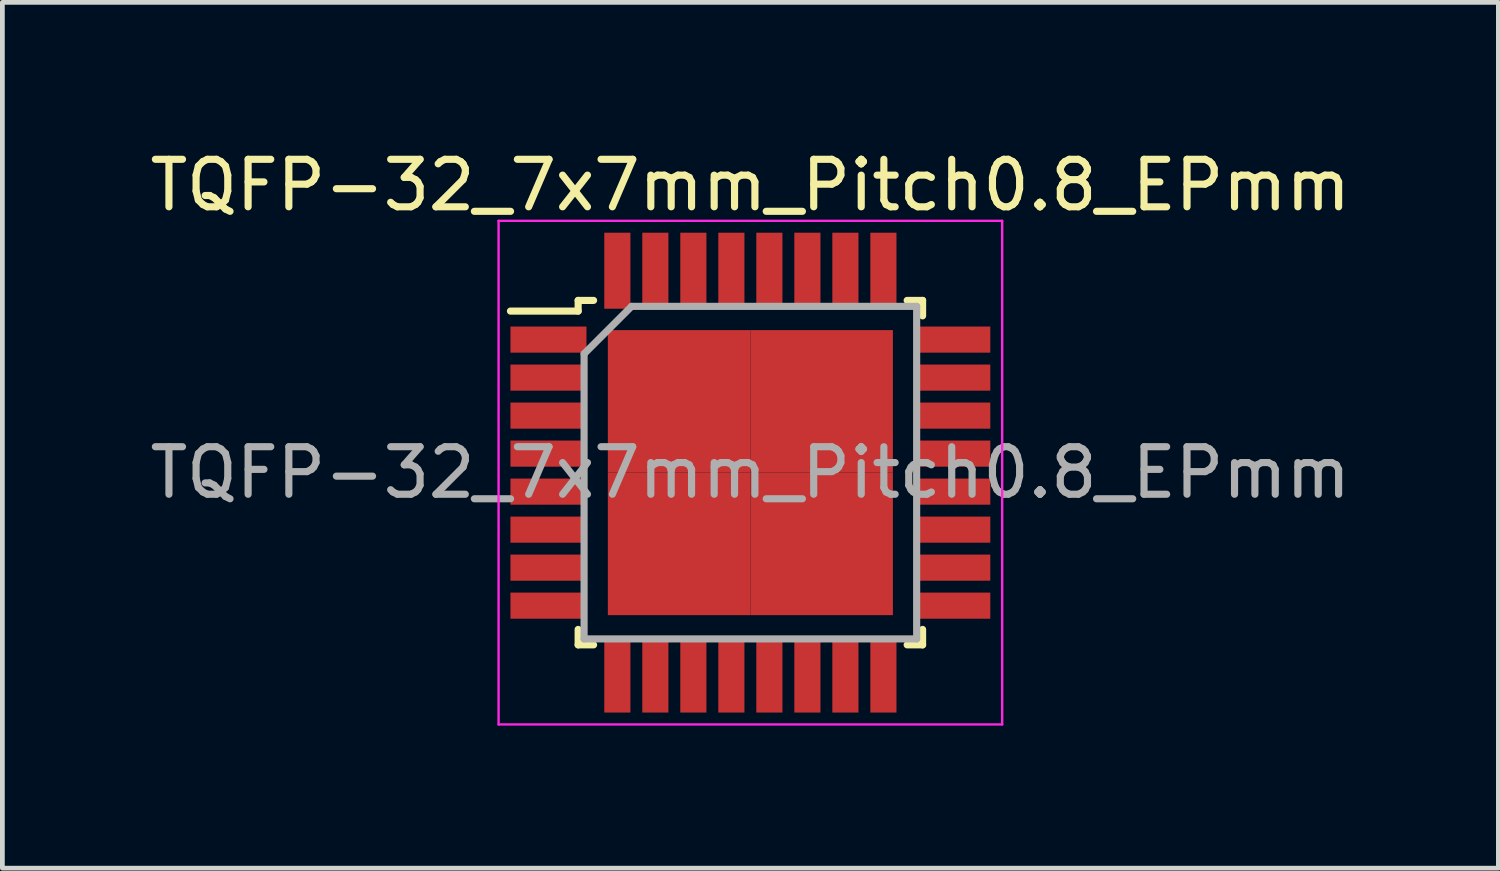
<source format=kicad_pcb>
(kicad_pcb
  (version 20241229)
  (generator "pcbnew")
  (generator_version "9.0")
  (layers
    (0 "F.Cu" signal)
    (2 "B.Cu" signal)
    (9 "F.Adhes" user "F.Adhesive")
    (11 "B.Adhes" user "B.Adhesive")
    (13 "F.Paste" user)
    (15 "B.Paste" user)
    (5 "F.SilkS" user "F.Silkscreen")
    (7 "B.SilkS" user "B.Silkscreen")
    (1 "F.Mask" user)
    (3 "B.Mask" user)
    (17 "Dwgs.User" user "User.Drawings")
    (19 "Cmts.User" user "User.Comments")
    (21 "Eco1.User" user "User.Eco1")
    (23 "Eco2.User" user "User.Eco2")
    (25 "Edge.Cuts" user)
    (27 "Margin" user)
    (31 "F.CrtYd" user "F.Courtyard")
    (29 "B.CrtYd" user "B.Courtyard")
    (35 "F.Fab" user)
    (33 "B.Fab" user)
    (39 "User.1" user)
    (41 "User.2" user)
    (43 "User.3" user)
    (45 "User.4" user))
  (footprint "TQFP-32_7x7mm_Pitch0.8_EPmm"
    (layer "F.Cu")
    (at 12.744 6.898)
    (property "Reference" "TQFP-32_7x7mm_Pitch0.8_EPmm" (at 0 -6.05 0) (layer "F.SilkS") (effects (font (size 1 1) (thickness 0.15))))
    (attr smd)
    (fp_line (start -3.625 -3.625) (end -3.625 -3.4) (stroke (width 0.15) (type solid)) (layer "F.SilkS"))
    (fp_line (start -3.625 -3.625) (end -3.3 -3.625) (stroke (width 0.15) (type solid)) (layer "F.SilkS"))
    (fp_line (start -3.625 -3.4) (end -5.05 -3.4) (stroke (width 0.15) (type solid)) (layer "F.SilkS"))
    (fp_line (start -3.625 3.625) (end -3.625 3.3) (stroke (width 0.15) (type solid)) (layer "F.SilkS"))
    (fp_line (start -3.625 3.625) (end -3.3 3.625) (stroke (width 0.15) (type solid)) (layer "F.SilkS"))
    (fp_line (start 3.625 -3.625) (end 3.3 -3.625) (stroke (width 0.15) (type solid)) (layer "F.SilkS"))
    (fp_line (start 3.625 -3.625) (end 3.625 -3.3) (stroke (width 0.15) (type solid)) (layer "F.SilkS"))
    (fp_line (start 3.625 3.625) (end 3.3 3.625) (stroke (width 0.15) (type solid)) (layer "F.SilkS"))
    (fp_line (start 3.625 3.625) (end 3.625 3.3) (stroke (width 0.15) (type solid)) (layer "F.SilkS"))
    (fp_line (start -5.3 -5.3) (end -5.3 5.3) (stroke (width 0.05) (type solid)) (layer "F.CrtYd"))
    (fp_line (start -5.3 -5.3) (end 5.3 -5.3) (stroke (width 0.05) (type solid)) (layer "F.CrtYd"))
    (fp_line (start -5.3 5.3) (end 5.3 5.3) (stroke (width 0.05) (type solid)) (layer "F.CrtYd"))
    (fp_line (start 5.3 -5.3) (end 5.3 5.3) (stroke (width 0.05) (type solid)) (layer "F.CrtYd"))
    (fp_line (start -3.5 -2.5) (end -2.5 -3.5) (stroke (width 0.15) (type solid)) (layer "F.Fab"))
    (fp_line (start -3.5 3.5) (end -3.5 -2.5) (stroke (width 0.15) (type solid)) (layer "F.Fab"))
    (fp_line (start -2.5 -3.5) (end 3.5 -3.5) (stroke (width 0.15) (type solid)) (layer "F.Fab"))
    (fp_line (start 3.5 -3.5) (end 3.5 3.5) (stroke (width 0.15) (type solid)) (layer "F.Fab"))
    (fp_line (start 3.5 3.5) (end -3.5 3.5) (stroke (width 0.15) (type solid)) (layer "F.Fab"))
    (fp_text user "${REFERENCE}" (at 0 0 0) (layer "F.Fab") (effects (font (size 1 1) (thickness 0.15))))
    (pad "1" smd rect (at -4.25 -2.8) (size 1.6 0.55) (layers "F.Cu" "F.Mask" "F.Paste"))
    (pad "2" smd rect (at -4.25 -2) (size 1.6 0.55) (layers "F.Cu" "F.Mask" "F.Paste"))
    (pad "3" smd rect (at -4.25 -1.2) (size 1.6 0.55) (layers "F.Cu" "F.Mask" "F.Paste"))
    (pad "4" smd rect (at -4.25 -0.4) (size 1.6 0.55) (layers "F.Cu" "F.Mask" "F.Paste"))
    (pad "5" smd rect (at -4.25 0.4) (size 1.6 0.55) (layers "F.Cu" "F.Mask" "F.Paste"))
    (pad "6" smd rect (at -4.25 1.2) (size 1.6 0.55) (layers "F.Cu" "F.Mask" "F.Paste"))
    (pad "7" smd rect (at -4.25 2) (size 1.6 0.55) (layers "F.Cu" "F.Mask" "F.Paste"))
    (pad "8" smd rect (at -4.25 2.8) (size 1.6 0.55) (layers "F.Cu" "F.Mask" "F.Paste"))
    (pad "9" smd rect (at -2.8 4.25 90) (size 1.6 0.55) (layers "F.Cu" "F.Mask" "F.Paste"))
    (pad "10" smd rect (at -2 4.25 90) (size 1.6 0.55) (layers "F.Cu" "F.Mask" "F.Paste"))
    (pad "11" smd rect (at -1.2 4.25 90) (size 1.6 0.55) (layers "F.Cu" "F.Mask" "F.Paste"))
    (pad "12" smd rect (at -0.4 4.25 90) (size 1.6 0.55) (layers "F.Cu" "F.Mask" "F.Paste"))
    (pad "13" smd rect (at 0.4 4.25 90) (size 1.6 0.55) (layers "F.Cu" "F.Mask" "F.Paste"))
    (pad "14" smd rect (at 1.2 4.25 90) (size 1.6 0.55) (layers "F.Cu" "F.Mask" "F.Paste"))
    (pad "15" smd rect (at 2 4.25 90) (size 1.6 0.55) (layers "F.Cu" "F.Mask" "F.Paste"))
    (pad "16" smd rect (at 2.8 4.25 90) (size 1.6 0.55) (layers "F.Cu" "F.Mask" "F.Paste"))
    (pad "17" smd rect (at 4.25 2.8) (size 1.6 0.55) (layers "F.Cu" "F.Mask" "F.Paste"))
    (pad "18" smd rect (at 4.25 2) (size 1.6 0.55) (layers "F.Cu" "F.Mask" "F.Paste"))
    (pad "19" smd rect (at 4.25 1.2) (size 1.6 0.55) (layers "F.Cu" "F.Mask" "F.Paste"))
    (pad "20" smd rect (at 4.25 0.4) (size 1.6 0.55) (layers "F.Cu" "F.Mask" "F.Paste"))
    (pad "21" smd rect (at 4.25 -0.4) (size 1.6 0.55) (layers "F.Cu" "F.Mask" "F.Paste"))
    (pad "22" smd rect (at 4.25 -1.2) (size 1.6 0.55) (layers "F.Cu" "F.Mask" "F.Paste"))
    (pad "23" smd rect (at 4.25 -2) (size 1.6 0.55) (layers "F.Cu" "F.Mask" "F.Paste"))
    (pad "24" smd rect (at 4.25 -2.8) (size 1.6 0.55) (layers "F.Cu" "F.Mask" "F.Paste"))
    (pad "25" smd rect (at 2.8 -4.25 90) (size 1.6 0.55) (layers "F.Cu" "F.Mask" "F.Paste"))
    (pad "26" smd rect (at 2 -4.25 90) (size 1.6 0.55) (layers "F.Cu" "F.Mask" "F.Paste"))
    (pad "27" smd rect (at 1.2 -4.25 90) (size 1.6 0.55) (layers "F.Cu" "F.Mask" "F.Paste"))
    (pad "28" smd rect (at 0.4 -4.25 90) (size 1.6 0.55) (layers "F.Cu" "F.Mask" "F.Paste"))
    (pad "29" smd rect (at -0.4 -4.25 90) (size 1.6 0.55) (layers "F.Cu" "F.Mask" "F.Paste"))
    (pad "30" smd rect (at -1.2 -4.25 90) (size 1.6 0.55) (layers "F.Cu" "F.Mask" "F.Paste"))
    (pad "31" smd rect (at -2 -4.25 90) (size 1.6 0.55) (layers "F.Cu" "F.Mask" "F.Paste"))
    (pad "32" smd rect (at -2.8 -4.25 90) (size 1.6 0.55) (layers "F.Cu" "F.Mask" "F.Paste"))
    (pad "33" smd rect (at -1.5 -1.5) (size 3 3) (layers "F.Cu" "F.Mask" "F.Paste"))
    (pad "33" smd rect (at -1.5 1.5) (size 3 3) (layers "F.Cu" "F.Mask" "F.Paste"))
    (pad "33" smd rect (at 1.5 -1.5) (size 3 3) (layers "F.Cu" "F.Mask" "F.Paste"))
    (pad "33" smd rect (at 1.5 1.5) (size 3 3) (layers "F.Cu" "F.Mask" "F.Paste")))
  (gr_rect
    (start -3 -3)
    (end 28.488 15.223)
    (stroke (width 0.1) (type default))
    (fill no)
    (layer "Edge.Cuts")))
</source>
